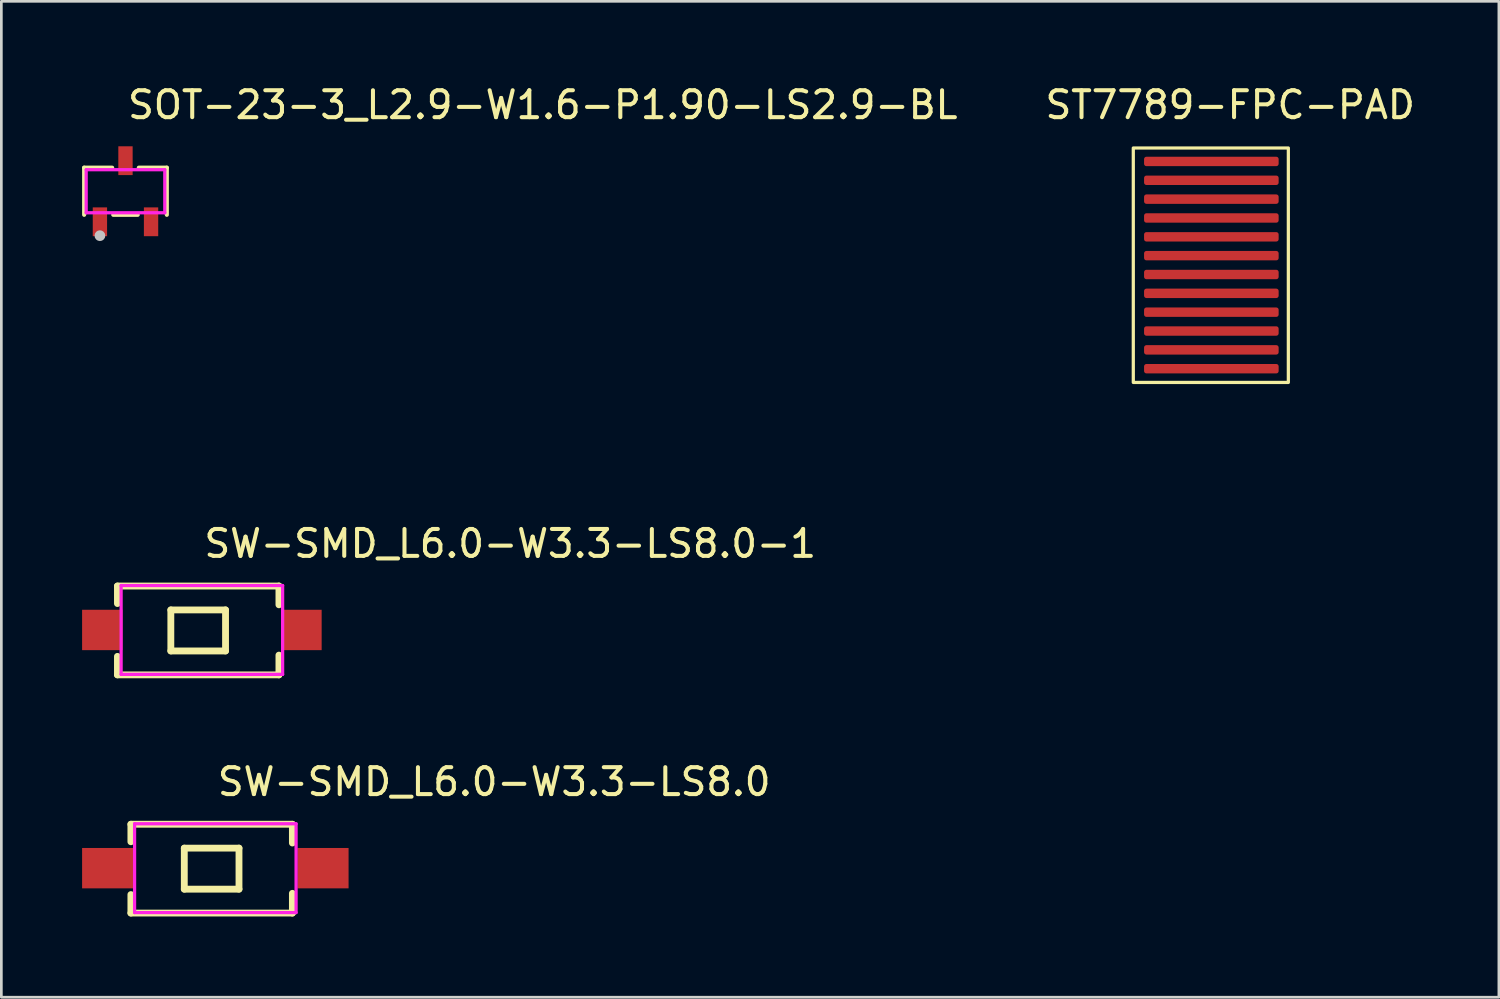
<source format=kicad_pcb>
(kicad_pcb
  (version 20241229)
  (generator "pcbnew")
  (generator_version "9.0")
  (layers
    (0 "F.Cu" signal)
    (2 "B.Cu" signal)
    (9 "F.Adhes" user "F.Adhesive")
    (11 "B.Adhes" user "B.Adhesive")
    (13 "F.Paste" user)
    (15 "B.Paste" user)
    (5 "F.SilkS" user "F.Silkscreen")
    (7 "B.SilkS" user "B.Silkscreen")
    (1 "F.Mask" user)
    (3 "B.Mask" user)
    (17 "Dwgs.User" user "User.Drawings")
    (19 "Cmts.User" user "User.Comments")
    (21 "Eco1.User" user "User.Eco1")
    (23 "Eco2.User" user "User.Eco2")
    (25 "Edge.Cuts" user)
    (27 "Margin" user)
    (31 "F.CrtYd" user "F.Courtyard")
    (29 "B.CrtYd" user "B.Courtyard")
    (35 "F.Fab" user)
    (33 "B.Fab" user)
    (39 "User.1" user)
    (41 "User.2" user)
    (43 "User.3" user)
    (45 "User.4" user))
  (footprint "SOT-23-3_L2.9-W1.6-P1.90-LS2.9-BL"
    (layer "F.Cu")
    (at 1.612 4.055)
    (property "Reference" "SOT-23-3_L2.9-W1.6-P1.90-LS2.9-BL" (at 0 -3.207 0) (layer "F.SilkS") (effects (font (size 1 1) (thickness 0.15)) (justify left)))
    (attr through_hole)
    (fp_line (start -1.536 -0.876) (end -0.495 -0.876) (stroke (width 0.152) (type solid)) (layer "F.SilkS"))
    (fp_line (start -1.536 0.876) (end -1.536 -0.876) (stroke (width 0.152) (type solid)) (layer "F.SilkS"))
    (fp_line (start 0.455 0.876) (end -0.455 0.876) (stroke (width 0.152) (type solid)) (layer "F.SilkS"))
    (fp_line (start 1.536 -0.876) (end 0.495 -0.876) (stroke (width 0.152) (type solid)) (layer "F.SilkS"))
    (fp_line (start 1.536 0.876) (end 1.536 -0.876) (stroke (width 0.152) (type solid)) (layer "F.SilkS"))
    (fp_circle (center -0.95 1.651) (end -0.85 1.651) (stroke (width 0.2) (type solid)) (fill no) (layer "Dwgs.User"))
    (fp_line (start -1.162 0.79) (end -0.737 0.79) (stroke (width 0.12) (type solid)) (layer "Eco2.User"))
    (fp_line (start -1.162 1.06) (end -1.162 0.79) (stroke (width 0.12) (type solid)) (layer "Eco2.User"))
    (fp_line (start -0.737 0.79) (end -0.737 1.06) (stroke (width 0.12) (type solid)) (layer "Eco2.User"))
    (fp_line (start -0.737 1.06) (end -1.162 1.06) (stroke (width 0.12) (type solid)) (layer "Eco2.User"))
    (fp_line (start -0.212 -1.06) (end 0.212 -1.06) (stroke (width 0.12) (type solid)) (layer "Eco2.User"))
    (fp_line (start -0.212 -0.79) (end -0.212 -1.06) (stroke (width 0.12) (type solid)) (layer "Eco2.User"))
    (fp_line (start 0.212 -1.06) (end 0.212 -0.79) (stroke (width 0.12) (type solid)) (layer "Eco2.User"))
    (fp_line (start 0.212 -0.79) (end -0.212 -0.79) (stroke (width 0.12) (type solid)) (layer "Eco2.User"))
    (fp_line (start 0.737 0.79) (end 1.162 0.79) (stroke (width 0.12) (type solid)) (layer "Eco2.User"))
    (fp_line (start 0.737 1.06) (end 0.737 0.79) (stroke (width 0.12) (type solid)) (layer "Eco2.User"))
    (fp_line (start 1.162 0.79) (end 1.162 1.06) (stroke (width 0.12) (type solid)) (layer "Eco2.User"))
    (fp_line (start 1.162 1.06) (end 0.737 1.06) (stroke (width 0.12) (type solid)) (layer "Eco2.User"))
    (fp_circle (center -1.46 1.45) (end -1.43 1.45) (stroke (width 0.06) (type solid)) (fill no) (layer "Eco2.User"))
    (fp_poly (pts (xy -1.162 1.05) (xy -0.737 1.05) (xy -0.737 1.45) (xy -1.162 1.45)) (stroke (width 0.12) (type solid)) (fill no) (layer "Eco2.User"))
    (fp_poly (pts (xy -0.212 -1.45) (xy 0.212 -1.45) (xy 0.212 -1.05) (xy -0.212 -1.05)) (stroke (width 0.12) (type solid)) (fill no) (layer "Eco2.User"))
    (fp_poly (pts (xy 0.737 1.05) (xy 1.162 1.05) (xy 1.162 1.45) (xy 0.737 1.45)) (stroke (width 0.12) (type solid)) (fill no) (layer "Eco2.User"))
    (fp_line (start -1.46 -0.8) (end 1.46 -0.8) (stroke (width 0.12) (type solid)) (layer "F.CrtYd"))
    (fp_line (start -1.46 0.8) (end -1.46 -0.8) (stroke (width 0.12) (type solid)) (layer "F.CrtYd"))
    (fp_line (start 1.46 -0.8) (end 1.46 0.8) (stroke (width 0.12) (type solid)) (layer "F.CrtYd"))
    (fp_line (start 1.46 0.8) (end -1.46 0.8) (stroke (width 0.12) (type solid)) (layer "F.CrtYd"))
    (pad "1" smd rect (at -0.95 1.135 270) (size 1.07 0.532) (layers "F.Cu" "F.Mask" "F.Paste"))
    (pad "2" smd rect (at 0.95 1.135 270) (size 1.07 0.532) (layers "F.Cu" "F.Mask" "F.Paste"))
    (pad "3" smd rect (at 0 -1.135 270) (size 1.07 0.532) (layers "F.Cu" "F.Mask" "F.Paste")))
  (footprint "SW-SMD_L6.0-W3.3-LS8.0-1"
    (layer "F.Cu")
    (at 4.45 20.354)
    (property "Reference" "SW-SMD_L6.0-W3.3-LS8.0-1" (at 0 -3.207 0) (layer "F.SilkS") (effects (font (size 1 1) (thickness 0.15)) (justify left)))
    (attr through_hole)
    (fp_line (start -3.137 -1.632) (end -3.137 -0.981) (stroke (width 0.254) (type solid)) (layer "F.SilkS"))
    (fp_line (start -3.137 -1.632) (end 2.863 -1.632) (stroke (width 0.254) (type solid)) (layer "F.SilkS"))
    (fp_line (start -3.137 0.981) (end -3.137 1.668) (stroke (width 0.254) (type solid)) (layer "F.SilkS"))
    (fp_line (start -1.153 -0.744) (end 0.879 -0.744) (stroke (width 0.254) (type solid)) (layer "F.SilkS"))
    (fp_line (start -1.153 0.78) (end -1.153 -0.744) (stroke (width 0.254) (type solid)) (layer "F.SilkS"))
    (fp_line (start 0.879 -0.744) (end 0.879 0.78) (stroke (width 0.254) (type solid)) (layer "F.SilkS"))
    (fp_line (start 0.879 0.78) (end -1.153 0.78) (stroke (width 0.254) (type solid)) (layer "F.SilkS"))
    (fp_line (start 2.863 -0.935) (end 2.863 -1.632) (stroke (width 0.254) (type solid)) (layer "F.SilkS"))
    (fp_line (start 2.863 1.668) (end -3.137 1.668) (stroke (width 0.254) (type solid)) (layer "F.SilkS"))
    (fp_line (start 2.863 1.668) (end 2.863 0.935) (stroke (width 0.254) (type solid)) (layer "F.SilkS"))
    (fp_line (start -3.51 -0.45) (end -2.99 -0.45) (stroke (width 0.12) (type solid)) (layer "Eco2.User"))
    (fp_line (start -3.51 0.45) (end -3.51 -0.45) (stroke (width 0.12) (type solid)) (layer "Eco2.User"))
    (fp_line (start -2.99 -0.45) (end -2.99 0.45) (stroke (width 0.12) (type solid)) (layer "Eco2.User"))
    (fp_line (start -2.99 0.45) (end -3.51 0.45) (stroke (width 0.12) (type solid)) (layer "Eco2.User"))
    (fp_line (start 2.99 -0.45) (end 3.51 -0.45) (stroke (width 0.12) (type solid)) (layer "Eco2.User"))
    (fp_line (start 2.99 0.45) (end 2.99 -0.45) (stroke (width 0.12) (type solid)) (layer "Eco2.User"))
    (fp_line (start 3.51 -0.45) (end 3.51 0.45) (stroke (width 0.12) (type solid)) (layer "Eco2.User"))
    (fp_line (start 3.51 0.45) (end 2.99 0.45) (stroke (width 0.12) (type solid)) (layer "Eco2.User"))
    (fp_circle (center -4 1.65) (end -3.97 1.65) (stroke (width 0.06) (type solid)) (fill no) (layer "Eco2.User"))
    (fp_poly (pts (xy -4 0.45) (xy -4 -0.45) (xy -3.5 -0.45) (xy -3.5 0.45)) (stroke (width 0.12) (type solid)) (fill no) (layer "Eco2.User"))
    (fp_poly (pts (xy 3.5 0.45) (xy 3.5 -0.45) (xy 4 -0.45) (xy 4 0.45)) (stroke (width 0.12) (type solid)) (fill no) (layer "Eco2.User"))
    (fp_line (start -3 -1.65) (end 3 -1.65) (stroke (width 0.12) (type solid)) (layer "F.CrtYd"))
    (fp_line (start -3 1.65) (end -3 -1.65) (stroke (width 0.12) (type solid)) (layer "F.CrtYd"))
    (fp_line (start 3 -1.65) (end 3 1.65) (stroke (width 0.12) (type solid)) (layer "F.CrtYd"))
    (fp_line (start 3 1.65) (end -3 1.65) (stroke (width 0.12) (type solid)) (layer "F.CrtYd"))
    (pad "1" smd rect (at -3.7 0) (size 1.5 1.5) (layers "F.Cu" "F.Mask" "F.Paste"))
    (pad "2" smd rect (at 3.7 0) (size 1.5 1.5) (layers "F.Cu" "F.Mask" "F.Paste")))
  (footprint "ST7789-FPC-PAD"
    (layer "F.Cu")
    (at 35.954 13.048)
    (property "Reference" "ST7789-FPC-PAD" (at 6.7 -12.2 0) (unlocked yes) (layer "F.SilkS") (effects (font (size 1 1) (thickness 0.15))))
    (attr smd)
    (fp_rect (start 3.1 -10.6) (end 8.86 -1.89) (stroke (width 0.12) (type solid)) (fill no) (layer "F.SilkS"))
    (fp_rect (start 2.6 -11.1) (end 9.4 -1.4) (stroke (width 0.12) (type solid)) (fill no) (layer "Margin"))
    (pad "1" smd roundrect (at 6 -10.1) (size 5 0.35) (layers "F.Cu" "F.Mask" "F.Paste") (roundrect_rratio 0.25))
    (pad "2" smd roundrect (at 6 -9.4) (size 5 0.35) (layers "F.Cu" "F.Mask" "F.Paste") (roundrect_rratio 0.25))
    (pad "3" smd roundrect (at 6 -8.7) (size 5 0.35) (layers "F.Cu" "F.Mask" "F.Paste") (roundrect_rratio 0.25))
    (pad "4" smd roundrect (at 6 -8) (size 5 0.35) (layers "F.Cu" "F.Mask" "F.Paste") (roundrect_rratio 0.25))
    (pad "5" smd roundrect (at 6 -7.3) (size 5 0.35) (layers "F.Cu" "F.Mask" "F.Paste") (roundrect_rratio 0.25))
    (pad "6" smd roundrect (at 6 -6.6) (size 5 0.35) (layers "F.Cu" "F.Mask" "F.Paste") (roundrect_rratio 0.25))
    (pad "7" smd roundrect (at 6 -5.9) (size 5 0.35) (layers "F.Cu" "F.Mask" "F.Paste") (roundrect_rratio 0.25))
    (pad "8" smd roundrect (at 6 -5.2) (size 5 0.35) (layers "F.Cu" "F.Mask" "F.Paste") (roundrect_rratio 0.25))
    (pad "9" smd roundrect (at 6 -4.5) (size 5 0.35) (layers "F.Cu" "F.Mask" "F.Paste") (roundrect_rratio 0.25))
    (pad "10" smd roundrect (at 6 -3.8) (size 5 0.35) (layers "F.Cu" "F.Mask" "F.Paste") (roundrect_rratio 0.25))
    (pad "11" smd roundrect (at 6 -3.1) (size 5 0.35) (layers "F.Cu" "F.Mask" "F.Paste") (roundrect_rratio 0.25))
    (pad "12" smd roundrect (at 6 -2.4) (size 5 0.35) (layers "F.Cu" "F.Mask" "F.Paste") (roundrect_rratio 0.25)))
  (footprint "SW-SMD_L6.0-W3.3-LS8.0"
    (layer "F.Cu")
    (at 4.95 29.204)
    (property "Reference" "SW-SMD_L6.0-W3.3-LS8.0" (at 0 -3.207 0) (layer "F.SilkS") (effects (font (size 1 1) (thickness 0.15)) (justify left)))
    (attr through_hole)
    (fp_line (start -3.137 -1.632) (end -3.137 -0.981) (stroke (width 0.254) (type solid)) (layer "F.SilkS"))
    (fp_line (start -3.137 -1.632) (end 2.863 -1.632) (stroke (width 0.254) (type solid)) (layer "F.SilkS"))
    (fp_line (start -3.137 0.981) (end -3.137 1.668) (stroke (width 0.254) (type solid)) (layer "F.SilkS"))
    (fp_line (start -1.153 -0.744) (end 0.879 -0.744) (stroke (width 0.254) (type solid)) (layer "F.SilkS"))
    (fp_line (start -1.153 0.78) (end -1.153 -0.744) (stroke (width 0.254) (type solid)) (layer "F.SilkS"))
    (fp_line (start 0.879 -0.744) (end 0.879 0.78) (stroke (width 0.254) (type solid)) (layer "F.SilkS"))
    (fp_line (start 0.879 0.78) (end -1.153 0.78) (stroke (width 0.254) (type solid)) (layer "F.SilkS"))
    (fp_line (start 2.863 -0.935) (end 2.863 -1.632) (stroke (width 0.254) (type solid)) (layer "F.SilkS"))
    (fp_line (start 2.863 1.668) (end -3.137 1.668) (stroke (width 0.254) (type solid)) (layer "F.SilkS"))
    (fp_line (start 2.863 1.668) (end 2.863 0.935) (stroke (width 0.254) (type solid)) (layer "F.SilkS"))
    (fp_line (start -3.62 -0.45) (end -2.99 -0.45) (stroke (width 0.12) (type solid)) (layer "Eco2.User"))
    (fp_line (start -3.62 0.45) (end -3.62 -0.45) (stroke (width 0.12) (type solid)) (layer "Eco2.User"))
    (fp_line (start -2.99 -0.45) (end -2.99 0.45) (stroke (width 0.12) (type solid)) (layer "Eco2.User"))
    (fp_line (start -2.99 0.45) (end -3.62 0.45) (stroke (width 0.12) (type solid)) (layer "Eco2.User"))
    (fp_line (start 2.99 -0.45) (end 3.62 -0.45) (stroke (width 0.12) (type solid)) (layer "Eco2.User"))
    (fp_line (start 2.99 0.45) (end 2.99 -0.45) (stroke (width 0.12) (type solid)) (layer "Eco2.User"))
    (fp_line (start 3.62 -0.45) (end 3.62 0.45) (stroke (width 0.12) (type solid)) (layer "Eco2.User"))
    (fp_line (start 3.62 0.45) (end 2.99 0.45) (stroke (width 0.12) (type solid)) (layer "Eco2.User"))
    (fp_circle (center -3.999 1.65) (end -3.969 1.65) (stroke (width 0.06) (type solid)) (fill no) (layer "Eco2.User"))
    (fp_poly (pts (xy -3.999 0.45) (xy -3.999 -0.45) (xy -3.299 -0.45) (xy -3.299 0.45)) (stroke (width 0.12) (type solid)) (fill no) (layer "Eco2.User"))
    (fp_poly (pts (xy 3.3 0.45) (xy 3.3 -0.45) (xy 4 -0.45) (xy 4 0.45)) (stroke (width 0.12) (type solid)) (fill no) (layer "Eco2.User"))
    (fp_line (start -3 -1.65) (end 3 -1.65) (stroke (width 0.12) (type solid)) (layer "F.CrtYd"))
    (fp_line (start -3 1.65) (end -3 -1.65) (stroke (width 0.12) (type solid)) (layer "F.CrtYd"))
    (fp_line (start 3 -1.65) (end 3 1.65) (stroke (width 0.12) (type solid)) (layer "F.CrtYd"))
    (fp_line (start 3 1.65) (end -3 1.65) (stroke (width 0.12) (type solid)) (layer "F.CrtYd"))
    (pad "1" smd rect (at -4 0) (size 1.9 1.5) (layers "F.Cu" "F.Mask" "F.Paste"))
    (pad "2" smd rect (at 4 0) (size 1.9 1.5) (layers "F.Cu" "F.Mask" "F.Paste")))
  (gr_rect
    (start -3 -3)
    (end 52.636 33.999)
    (stroke (width 0.1) (type default))
    (fill no)
    (layer "Edge.Cuts")))
</source>
